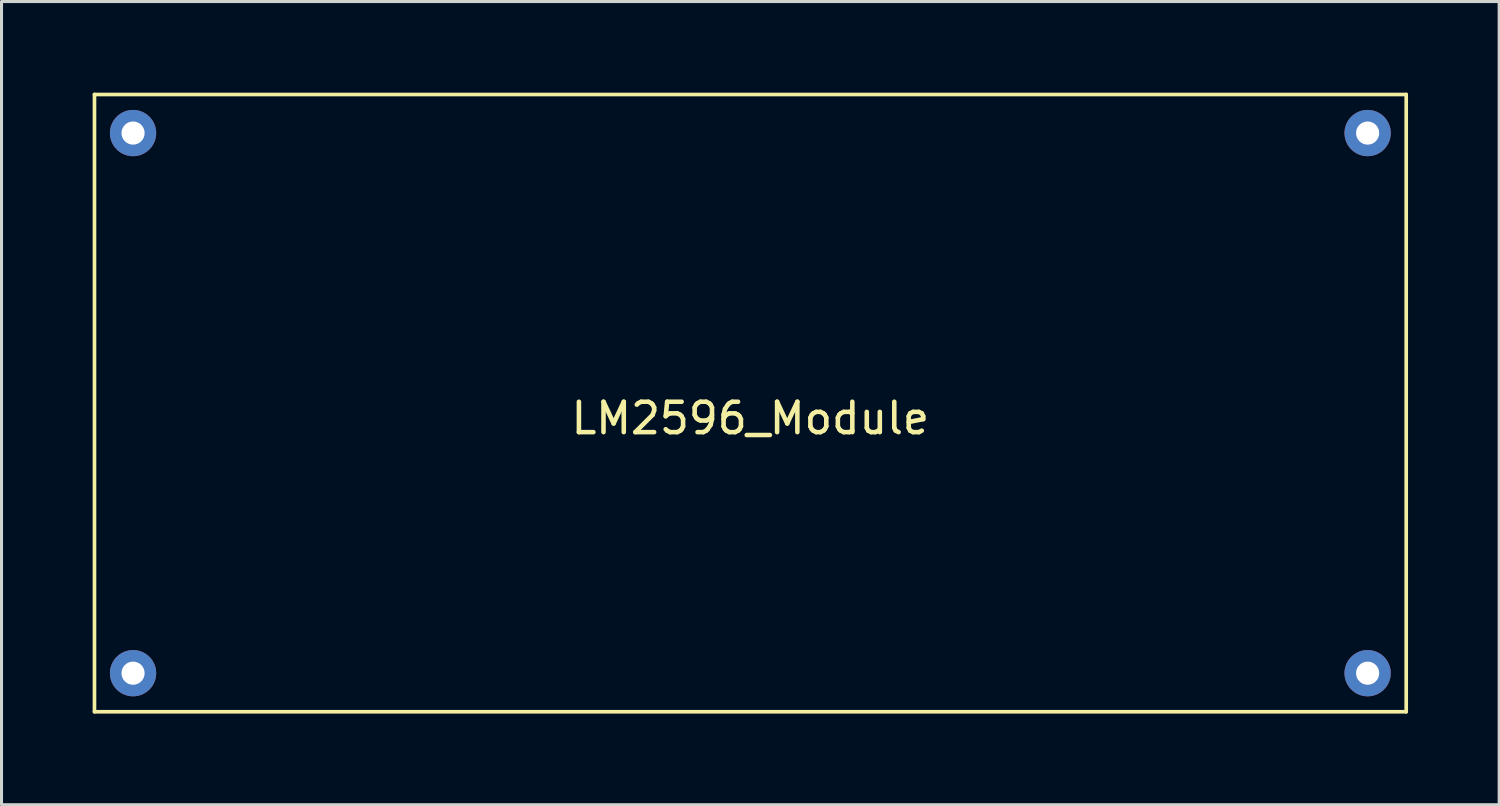
<source format=kicad_pcb>
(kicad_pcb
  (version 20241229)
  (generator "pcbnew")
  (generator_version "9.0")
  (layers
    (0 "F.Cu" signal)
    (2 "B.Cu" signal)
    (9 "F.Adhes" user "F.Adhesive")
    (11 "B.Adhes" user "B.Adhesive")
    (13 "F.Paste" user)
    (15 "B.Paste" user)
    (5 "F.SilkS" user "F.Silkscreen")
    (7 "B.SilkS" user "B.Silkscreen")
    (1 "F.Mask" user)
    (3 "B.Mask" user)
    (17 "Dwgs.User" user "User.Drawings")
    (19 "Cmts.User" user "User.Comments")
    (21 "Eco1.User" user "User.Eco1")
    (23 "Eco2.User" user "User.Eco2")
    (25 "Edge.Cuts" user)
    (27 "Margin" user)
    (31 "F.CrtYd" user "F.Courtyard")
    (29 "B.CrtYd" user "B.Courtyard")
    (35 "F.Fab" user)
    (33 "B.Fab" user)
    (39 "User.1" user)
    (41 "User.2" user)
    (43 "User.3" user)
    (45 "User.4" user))
  (footprint "LM2596_Module"
    (layer "F.Cu")
    (at 21.65 10.22)
    (property "Reference" "LM2596_Module" (at 0 0.5 0) (layer "F.SilkS") (effects (font (size 1 1) (thickness 0.15))))
    (attr through_hole)
    (fp_line (start -21.59 -10.16) (end -21.59 10.16) (stroke (width 0.12) (type solid)) (layer "F.SilkS"))
    (fp_line (start -21.59 10.16) (end 21.59 10.16) (stroke (width 0.12) (type solid)) (layer "F.SilkS"))
    (fp_line (start 21.59 -10.16) (end -21.59 -10.16) (stroke (width 0.12) (type solid)) (layer "F.SilkS"))
    (fp_line (start 21.59 10.16) (end 21.59 -10.16) (stroke (width 0.12) (type solid)) (layer "F.SilkS"))
    (pad "1" thru_hole circle (at -20.32 -8.89) (size 1.524 1.524) (drill 0.762) (layers "*.Cu" "*.Mask"))
    (pad "2" thru_hole circle (at -20.32 8.89) (size 1.524 1.524) (drill 0.762) (layers "*.Cu" "*.Mask"))
    (pad "3" thru_hole circle (at 20.32 8.89) (size 1.524 1.524) (drill 0.762) (layers "*.Cu" "*.Mask"))
    (pad "4" thru_hole circle (at 20.32 -8.89) (size 1.524 1.524) (drill 0.762) (layers "*.Cu" "*.Mask")))
  (gr_rect
    (start -3 -3)
    (end 46.3 23.44)
    (stroke (width 0.1) (type default))
    (fill no)
    (layer "Edge.Cuts")))
</source>
